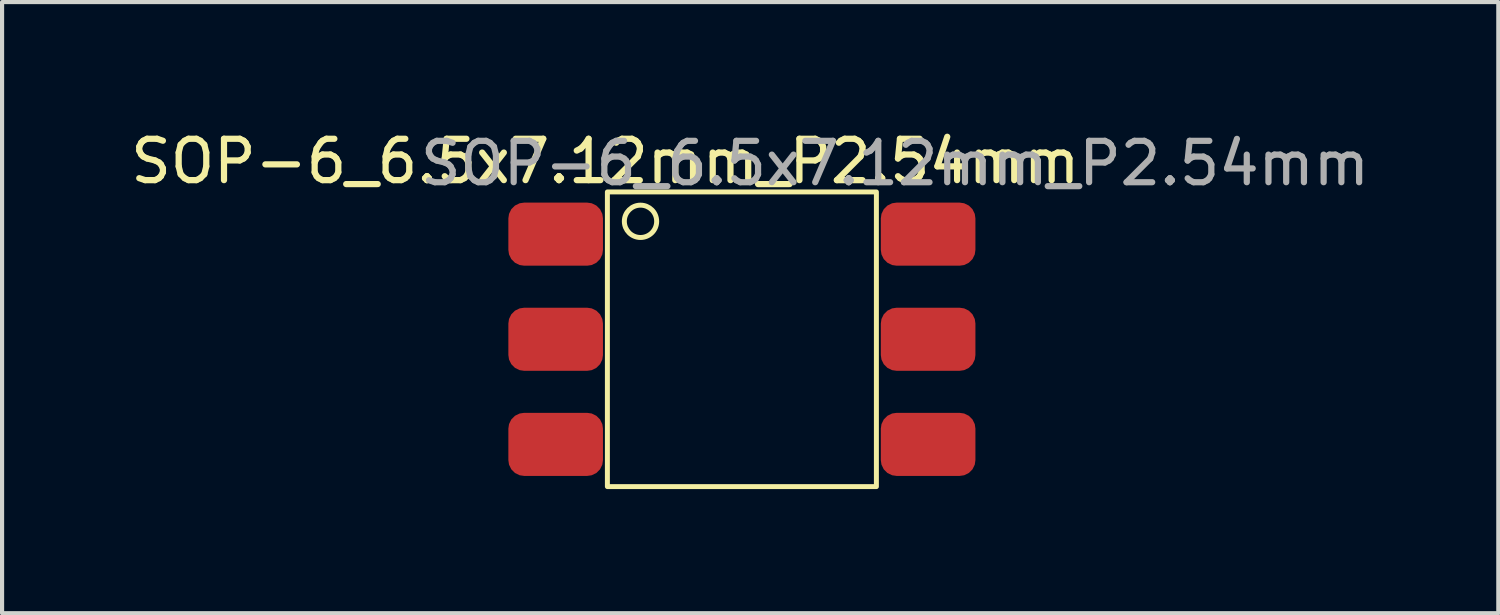
<source format=kicad_pcb>
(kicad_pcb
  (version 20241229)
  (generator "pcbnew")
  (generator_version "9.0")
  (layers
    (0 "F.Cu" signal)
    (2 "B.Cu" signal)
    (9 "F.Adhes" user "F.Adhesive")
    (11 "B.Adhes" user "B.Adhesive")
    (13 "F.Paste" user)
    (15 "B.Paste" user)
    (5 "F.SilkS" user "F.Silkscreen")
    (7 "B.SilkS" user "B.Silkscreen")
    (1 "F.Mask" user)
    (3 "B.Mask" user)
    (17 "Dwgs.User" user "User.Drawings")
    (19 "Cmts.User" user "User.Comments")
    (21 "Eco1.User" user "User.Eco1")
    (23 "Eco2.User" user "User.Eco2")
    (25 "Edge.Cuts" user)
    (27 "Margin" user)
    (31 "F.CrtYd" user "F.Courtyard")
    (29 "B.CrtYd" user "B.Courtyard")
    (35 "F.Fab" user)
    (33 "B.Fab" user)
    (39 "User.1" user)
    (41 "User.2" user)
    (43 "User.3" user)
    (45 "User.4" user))
  (footprint "SOP-6_6.5x7.12mm_P2.54mm"
    (layer "F.Cu")
    (at 14.877 5.148)
    (property "Reference" "SOP-6_6.5x7.12mm_P2.54mm" (at -3.3 -4.3 0) (unlocked yes) (layer "F.SilkS") (effects (font (size 1 1) (thickness 0.15))))
    (attr smd)
    (fp_rect (start -3.25 -3.56) (end 3.25 3.56) (stroke (width 0.12) (type solid)) (fill no) (layer "F.SilkS"))
    (fp_circle (center -2.45 -2.85) (end -2.2 -2.55) (stroke (width 0.12) (type solid)) (fill no) (layer "F.SilkS"))
    (fp_text user "${REFERENCE}" (at 3.7 -4.25 0) (unlocked yes) (layer "F.Fab") (effects (font (size 1 1) (thickness 0.15))))
    (pad "1" smd roundrect (at -4.5 -2.54) (size 2.286 1.524) (layers "F.Cu" "F.Mask" "F.Paste") (roundrect_rratio 0.25))
    (pad "2" smd roundrect (at -4.5 0) (size 2.286 1.524) (layers "F.Cu" "F.Mask" "F.Paste") (roundrect_rratio 0.25))
    (pad "3" smd roundrect (at -4.5 2.54) (size 2.286 1.524) (layers "F.Cu" "F.Mask" "F.Paste") (roundrect_rratio 0.25))
    (pad "4" smd roundrect (at 4.5 2.54) (size 2.286 1.524) (layers "F.Cu" "F.Mask" "F.Paste") (roundrect_rratio 0.25))
    (pad "5" smd roundrect (at 4.5 0) (size 2.286 1.524) (layers "F.Cu" "F.Mask" "F.Paste") (roundrect_rratio 0.25))
    (pad "6" smd roundrect (at 4.5 -2.54) (size 2.286 1.524) (layers "F.Cu" "F.Mask" "F.Paste") (roundrect_rratio 0.25)))
  (gr_rect
    (start -3 -3)
    (end 33.155 11.768)
    (stroke (width 0.1) (type default))
    (fill no)
    (layer "Edge.Cuts")))
</source>
